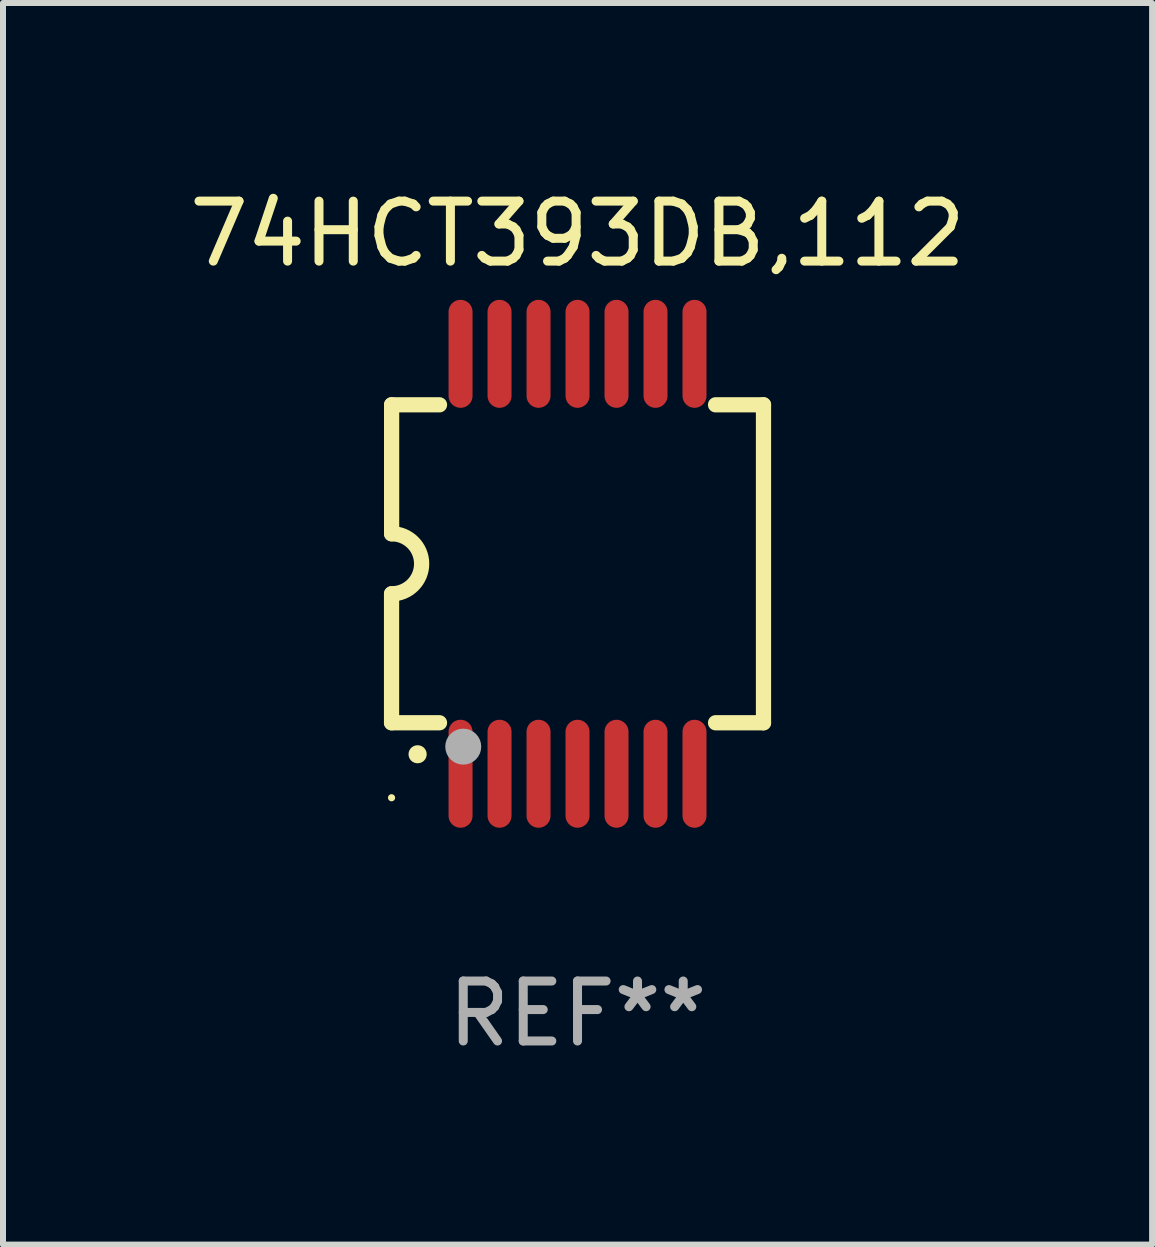
<source format=kicad_pcb>
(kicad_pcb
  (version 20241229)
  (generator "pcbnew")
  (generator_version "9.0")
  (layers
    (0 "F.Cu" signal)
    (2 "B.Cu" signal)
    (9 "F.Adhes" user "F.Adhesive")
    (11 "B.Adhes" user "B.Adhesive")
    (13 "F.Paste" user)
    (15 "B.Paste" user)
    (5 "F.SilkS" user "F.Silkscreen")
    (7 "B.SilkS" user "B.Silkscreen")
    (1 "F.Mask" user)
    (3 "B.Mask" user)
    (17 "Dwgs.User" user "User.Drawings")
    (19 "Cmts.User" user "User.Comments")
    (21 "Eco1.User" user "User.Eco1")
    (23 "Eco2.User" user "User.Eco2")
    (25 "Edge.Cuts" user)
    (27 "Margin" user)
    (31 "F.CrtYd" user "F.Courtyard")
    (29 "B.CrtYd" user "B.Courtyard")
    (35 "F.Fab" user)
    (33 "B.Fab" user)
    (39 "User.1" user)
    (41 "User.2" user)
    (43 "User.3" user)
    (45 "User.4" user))
  (footprint "74HCT393DB,112"
    (layer "F.Cu")
    (at 6.577 6.348)
    (property "Reference" "74HCT393DB,112" (at 0 -5.5 0) (layer "F.SilkS") (effects (font (size 1 1) (thickness 0.15))))
    (attr through_hole)
    (fp_line (start -3.1 2.65) (end -3.1 0.5) (stroke (width 0.254) (type solid)) (layer "F.SilkS"))
    (fp_line (start -3.099 -2.65) (end -2.301 -2.65) (stroke (width 0.254) (type solid)) (layer "F.SilkS"))
    (fp_line (start -3.099 -0.5) (end -3.099 -2.65) (stroke (width 0.254) (type solid)) (layer "F.SilkS"))
    (fp_line (start -2.301 2.65) (end -3.1 2.65) (stroke (width 0.254) (type solid)) (layer "F.SilkS"))
    (fp_line (start 2.301 -2.65) (end 3.1 -2.65) (stroke (width 0.254) (type solid)) (layer "F.SilkS"))
    (fp_line (start 3.1 -2.65) (end 3.1 2.65) (stroke (width 0.254) (type solid)) (layer "F.SilkS"))
    (fp_line (start 3.1 2.65) (end 2.301 2.65) (stroke (width 0.254) (type solid)) (layer "F.SilkS"))
    (fp_arc (start -3.098806 -0.500381) (mid -2.598806 0) (end -3.098806 0.500381) (stroke (width 0.254001) (type solid)) (layer "F.SilkS"))
    (fp_arc (start -2.667005 3.175006) (mid -2.665735 3.175001) (end -2.664465 3.175006) (stroke (width 0.3) (type solid)) (layer "F.SilkS"))
    (fp_circle (center -3.1 3.9) (end -3.07 3.9) (stroke (width 0.06) (type solid)) (fill no) (layer "F.SilkS"))
    (fp_circle (center -1.905 3.048) (end -1.755 3.048) (stroke (width 0.3) (type solid)) (fill no) (layer "F.Fab"))
    (fp_text user "REF**" (at 0 7.5 0) (layer "F.Fab") (effects (font (size 1 1) (thickness 0.15))))
    (pad "1" smd oval (at -1.95 3.5 270) (size 1.8 0.4) (layers "F.Cu" "F.Mask" "F.Paste"))
    (pad "2" smd oval (at -1.3 3.5 270) (size 1.8 0.4) (layers "F.Cu" "F.Mask" "F.Paste"))
    (pad "3" smd oval (at -0.65 3.5 270) (size 1.8 0.4) (layers "F.Cu" "F.Mask" "F.Paste"))
    (pad "4" smd oval (at 0 3.5 270) (size 1.8 0.4) (layers "F.Cu" "F.Mask" "F.Paste"))
    (pad "5" smd oval (at 0.65 3.5 270) (size 1.8 0.4) (layers "F.Cu" "F.Mask" "F.Paste"))
    (pad "6" smd oval (at 1.3 3.5 270) (size 1.8 0.4) (layers "F.Cu" "F.Mask" "F.Paste"))
    (pad "7" smd oval (at 1.95 3.5 270) (size 1.8 0.4) (layers "F.Cu" "F.Mask" "F.Paste"))
    (pad "8" smd oval (at 1.95 -3.5 90) (size 1.8 0.4) (layers "F.Cu" "F.Mask" "F.Paste"))
    (pad "9" smd oval (at 1.3 -3.5 90) (size 1.8 0.4) (layers "F.Cu" "F.Mask" "F.Paste"))
    (pad "10" smd oval (at 0.65 -3.5 90) (size 1.8 0.4) (layers "F.Cu" "F.Mask" "F.Paste"))
    (pad "11" smd oval (at 0 -3.5 90) (size 1.8 0.4) (layers "F.Cu" "F.Mask" "F.Paste"))
    (pad "12" smd oval (at -0.65 -3.5 90) (size 1.8 0.4) (layers "F.Cu" "F.Mask" "F.Paste"))
    (pad "13" smd oval (at -1.3 -3.5 90) (size 1.8 0.4) (layers "F.Cu" "F.Mask" "F.Paste"))
    (pad "14" smd oval (at -1.95 -3.5 90) (size 1.8 0.4) (layers "F.Cu" "F.Mask" "F.Paste")))
  (gr_rect
    (start -3 -3)
    (end 16.155 17.697)
    (stroke (width 0.1) (type default))
    (fill no)
    (layer "Edge.Cuts")))
</source>
